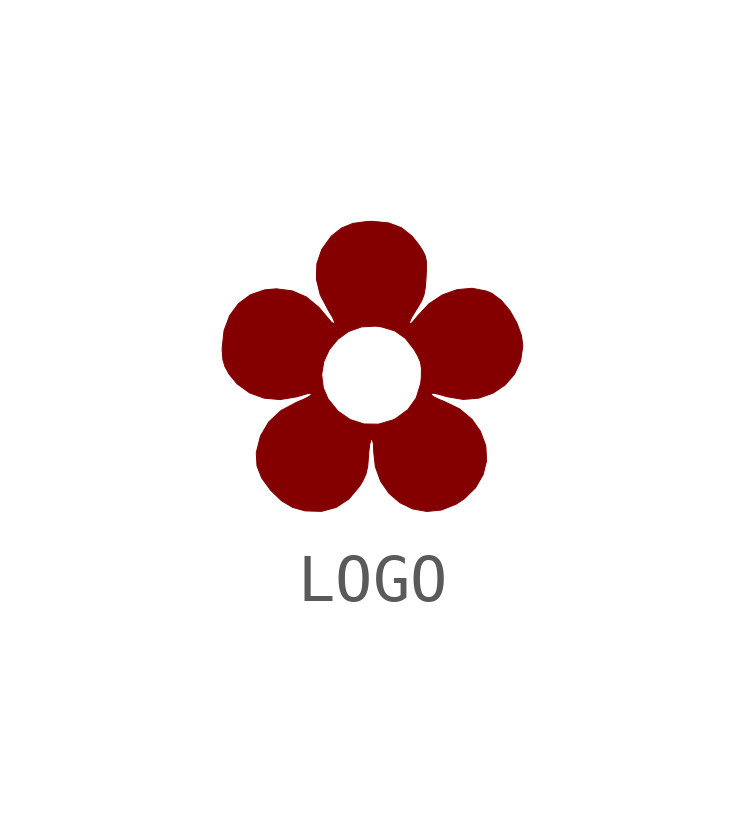
<source format=kicad_sym>
(kicad_symbol_lib
  (version 20220914)
  (generator bitmap2component)
  (symbol "LOGO"
    (pin_names
      (offset 1.016))
    (property "Reference" "#G"
      (at 0 4.375 0)
      (effects (font (size 1.27 1.27)) hide))
    (symbol "LOGO_0_0"
      (polyline (pts (xy 1.46 -3.039) (xy 1.766 -2.918) (xy 1.936 -2.806) (xy 2.173 -2.572) (xy 2.33 -2.3) (xy 2.402 -2.005) (xy 2.384 -1.7) (xy 2.272 -1.399) (xy 2.099 -1.152) (xy 1.839 -0.933) (xy 1.502 -0.771) (xy 1.406 -0.734) (xy 1.296 -0.679) (xy 1.252 -0.641) (xy 1.253 -0.63) (xy 1.266 -0.608) (xy 1.313 -0.608) (xy 1.414 -0.632) (xy 1.59 -0.682) (xy 1.914 -0.736) (xy 2.238 -0.709) (xy 2.532 -0.606) (xy 2.785 -0.437) (xy 2.982 -0.211) (xy 3.11 0.065) (xy 3.156 0.379) (xy 3.127 0.595) (xy 3.031 0.86) (xy 2.885 1.115) (xy 2.706 1.329) (xy 2.512 1.472) (xy 2.401 1.52) (xy 2.1 1.579) (xy 1.789 1.551) (xy 1.484 1.443) (xy 1.203 1.258) (xy 0.965 1.004) (xy 0.943 0.975) (xy 0.848 0.863) (xy 0.798 0.831) (xy 0.795 0.871) (xy 0.842 0.976) (xy 0.939 1.136) (xy 0.968 1.179) (xy 1.05 1.32) (xy 1.099 1.449) (xy 1.126 1.603) (xy 1.142 1.819) (xy 1.149 1.984) (xy 1.147 2.136) (xy 1.126 2.247) (xy 1.078 2.35) (xy 0.995 2.479) (xy 0.853 2.66) (xy 0.629 2.839) (xy 0.361 2.941) (xy 0.03 2.973) (xy -0.092 2.97) (xy -0.384 2.93) (xy -0.619 2.834) (xy -0.821 2.675) (xy -0.84 2.655) (xy -1.032 2.388) (xy -1.134 2.089) (xy -1.144 1.769) (xy -1.063 1.44) (xy -0.89 1.113) (xy -0.808 0.977) (xy -0.767 0.878) (xy -0.775 0.839) (xy -0.828 0.871) (xy -0.924 0.983) (xy -1.089 1.18) (xy -1.353 1.398) (xy -1.646 1.525) (xy -1.977 1.568) (xy -2.221 1.546) (xy -2.519 1.443) (xy -2.764 1.262) (xy -2.949 1.012) (xy -3.066 0.701) (xy -3.106 0.337) (xy -3.106 0.281) (xy -3.091 0.094) (xy -3.047 -0.054) (xy -2.96 -0.211) (xy -2.953 -0.219) (xy -1.034 -0.219) (xy -0.989 0.052) (xy -0.874 0.302) (xy -0.698 0.516) (xy -0.473 0.679) (xy -0.206 0.775) (xy 0.091 0.791) (xy 0.207 0.776) (xy 0.488 0.692) (xy 0.71 0.537) (xy 0.893 0.301) (xy 0.967 0.172) (xy 1.025 0.036) (xy 1.045 -0.102) (xy 1.041 -0.287) (xy 1.028 -0.404) (xy 0.936 -0.704) (xy 0.761 -0.949) (xy 0.506 -1.136) (xy 0.45 -1.163) (xy 0.148 -1.251) (xy -0.154 -1.247) (xy -0.44 -1.155) (xy -0.694 -0.98) (xy -0.899 -0.727) (xy -0.999 -0.497) (xy -1.034 -0.219) (xy -2.953 -0.219) (xy -2.796 -0.411) (xy -2.537 -0.598) (xy -2.233 -0.709) (xy -1.9 -0.739) (xy -1.556 -0.682) (xy -1.461 -0.654) (xy -1.337 -0.618) (xy -1.275 -0.606) (xy -1.254 -0.614) (xy -1.252 -0.639) (xy -1.292 -0.673) (xy -1.401 -0.729) (xy -1.557 -0.795) (xy -1.559 -0.796) (xy -1.885 -0.97) (xy -2.136 -1.206) (xy -2.307 -1.496) (xy -2.393 -1.833) (xy -2.395 -1.856) (xy -2.381 -2.119) (xy -2.284 -2.37) (xy -2.096 -2.628) (xy -1.87 -2.846) (xy -1.639 -2.984) (xy -1.378 -3.057) (xy -1.036 -3.067) (xy -0.731 -2.984) (xy -0.466 -2.809) (xy -0.245 -2.546) (xy -0.18 -2.439) (xy -0.112 -2.292) (xy -0.075 -2.133) (xy -0.058 -1.918) (xy -0.052 -1.832) (xy -0.031 -1.661) (xy -0.004 -1.572) (xy 0.022 -1.57) (xy 0.043 -1.658) (xy 0.051 -1.841) (xy 0.084 -2.137) (xy 0.194 -2.441) (xy 0.37 -2.694) (xy 0.597 -2.888) (xy 0.863 -3.016) (xy 1.155 -3.069) (xy 1.46 -3.039)) (stroke (width 0.01) (type default)) (fill (type outline))))))
</source>
